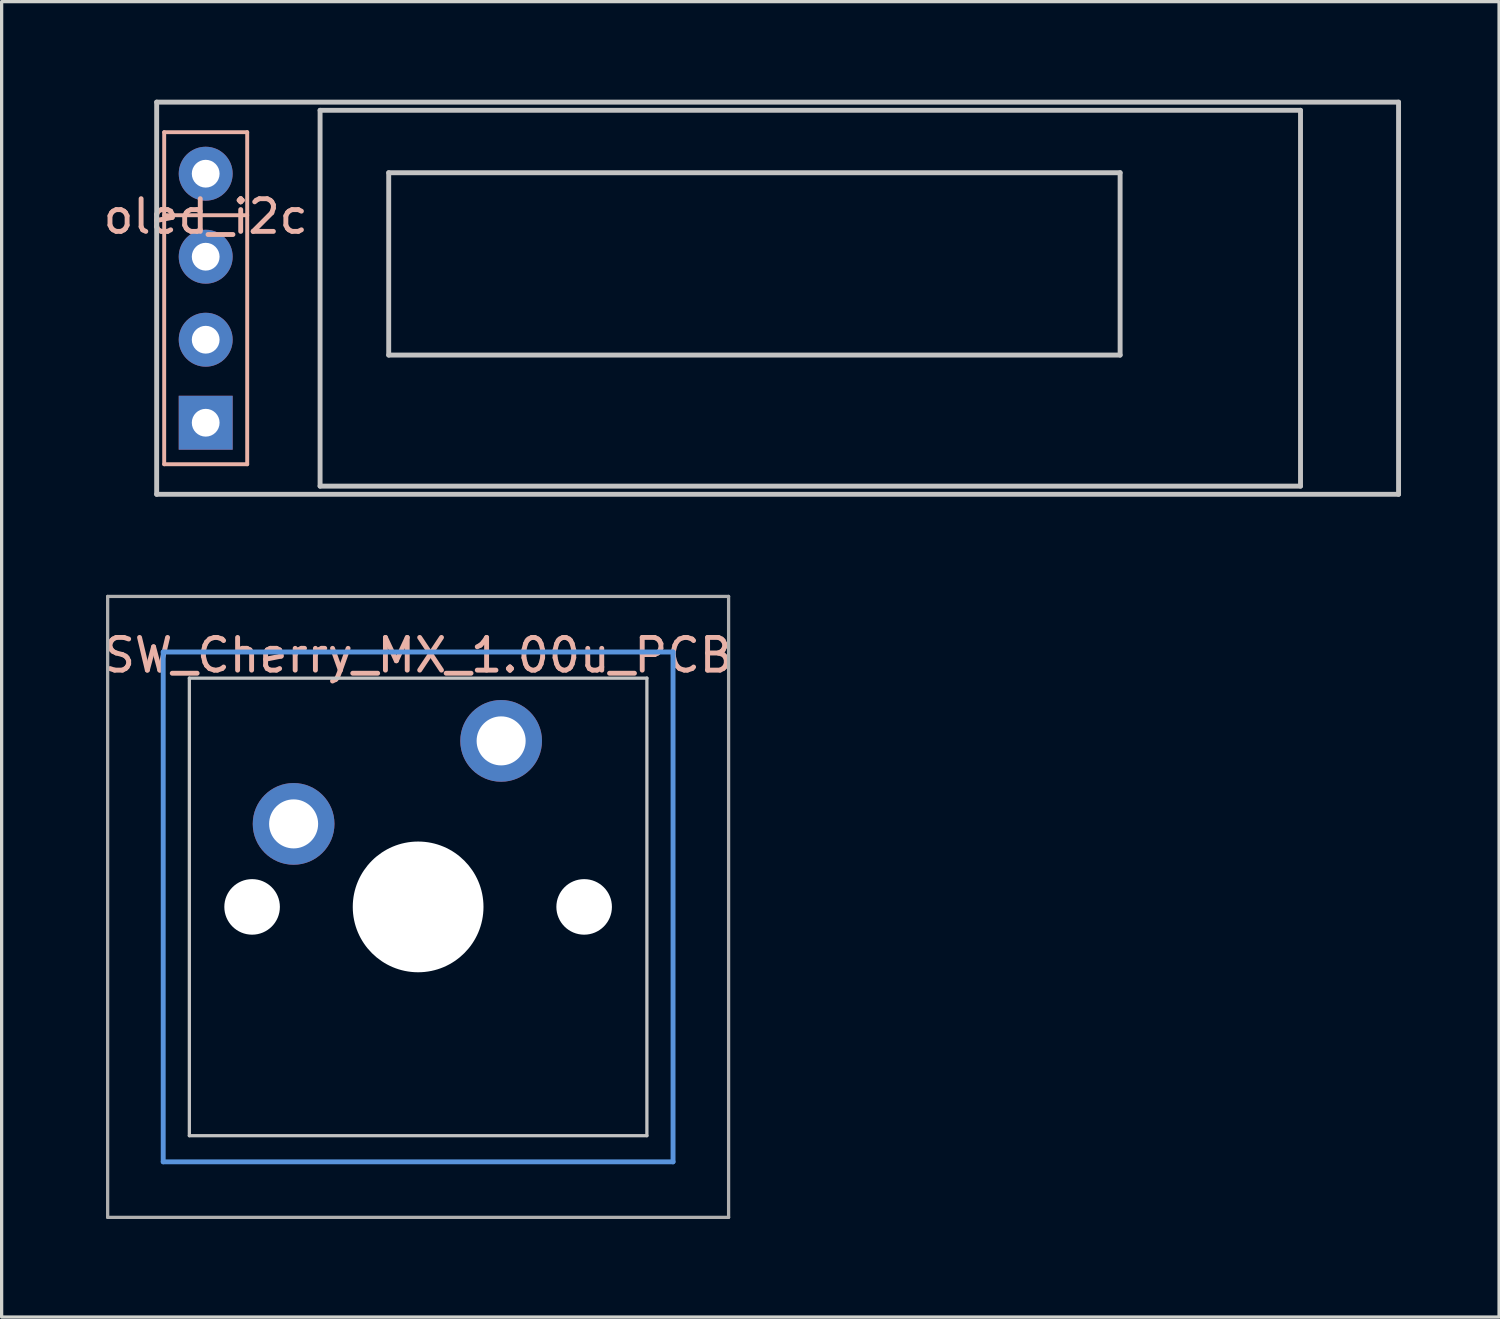
<source format=kicad_pcb>
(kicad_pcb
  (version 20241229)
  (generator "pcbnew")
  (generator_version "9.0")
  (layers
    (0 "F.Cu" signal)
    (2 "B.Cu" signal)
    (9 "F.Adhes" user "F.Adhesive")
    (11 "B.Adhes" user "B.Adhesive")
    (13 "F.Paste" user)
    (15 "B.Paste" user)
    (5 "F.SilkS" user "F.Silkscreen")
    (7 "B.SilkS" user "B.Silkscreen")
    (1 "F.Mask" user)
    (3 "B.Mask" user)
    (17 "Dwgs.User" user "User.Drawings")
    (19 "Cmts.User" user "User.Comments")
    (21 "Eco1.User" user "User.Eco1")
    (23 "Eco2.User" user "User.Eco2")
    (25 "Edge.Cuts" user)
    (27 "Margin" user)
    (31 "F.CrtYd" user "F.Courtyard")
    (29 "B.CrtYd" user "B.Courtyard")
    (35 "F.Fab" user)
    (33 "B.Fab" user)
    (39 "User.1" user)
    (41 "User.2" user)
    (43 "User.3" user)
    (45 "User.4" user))
  (footprint "oled_i2c"
    (layer "F.Cu")
    (at 3.244 6.075)
    (property "Reference" "oled_i2c" (at 0 -2.5 0) (layer "B.SilkS") (effects (font (size 1 1) (thickness 0.15))))
    (attr through_hole)
    (fp_line (start -1.27 -5.08) (end 1.27 -5.08) (stroke (width 0.12) (type solid)) (layer "B.SilkS"))
    (fp_line (start -1.27 -2.54) (end 1.27 -2.54) (stroke (width 0.12) (type solid)) (layer "B.SilkS"))
    (fp_line (start -1.27 5.08) (end -1.27 -5.08) (stroke (width 0.12) (type solid)) (layer "B.SilkS"))
    (fp_line (start -1.27 5.08) (end 1.27 5.08) (stroke (width 0.12) (type solid)) (layer "B.SilkS"))
    (fp_line (start 1.27 -5.08) (end 1.27 5.08) (stroke (width 0.12) (type solid)) (layer "B.SilkS"))
    (fp_line (start -1.5 -6) (end -1.5 6) (stroke (width 0.15) (type solid)) (layer "Dwgs.User"))
    (fp_line (start -1.5 6) (end 36.5 6) (stroke (width 0.15) (type solid)) (layer "Dwgs.User"))
    (fp_line (start 3.5 -5.75) (end 3.5 5.75) (stroke (width 0.15) (type solid)) (layer "Dwgs.User"))
    (fp_line (start 3.5 5.75) (end 33.5 5.75) (stroke (width 0.15) (type solid)) (layer "Dwgs.User"))
    (fp_line (start 5.6 -3.84) (end 5.6 1.74) (stroke (width 0.15) (type solid)) (layer "Dwgs.User"))
    (fp_line (start 5.6 1.74) (end 27.98 1.74) (stroke (width 0.15) (type solid)) (layer "Dwgs.User"))
    (fp_line (start 27.98 -3.84) (end 5.6 -3.84) (stroke (width 0.15) (type solid)) (layer "Dwgs.User"))
    (fp_line (start 27.98 1.74) (end 27.98 -3.84) (stroke (width 0.15) (type solid)) (layer "Dwgs.User"))
    (fp_line (start 33.5 -5.75) (end 3.5 -5.75) (stroke (width 0.15) (type solid)) (layer "Dwgs.User"))
    (fp_line (start 33.5 5.75) (end 33.5 -5.75) (stroke (width 0.15) (type solid)) (layer "Dwgs.User"))
    (fp_line (start 36.5 -6) (end -1.5 -6) (stroke (width 0.15) (type solid)) (layer "Dwgs.User"))
    (fp_line (start 36.5 6) (end 36.5 -6) (stroke (width 0.15) (type solid)) (layer "Dwgs.User"))
    (pad "1" thru_hole circle (at 0 -3.81) (size 1.65 1.65) (drill 0.85) (layers "*.Cu" "*.Mask"))
    (pad "2" thru_hole circle (at 0 -1.27) (size 1.65 1.65) (drill 0.85) (layers "*.Cu" "*.Mask"))
    (pad "3" thru_hole circle (at 0 1.27) (size 1.65 1.65) (drill 0.85) (layers "*.Cu" "*.Mask"))
    (pad "4" thru_hole rect (at 0 3.81) (size 1.65 1.65) (drill 0.85) (layers "*.Cu" "*.Mask")))
  (footprint "SW_Cherry_MX_1.00u_PCB"
    (layer "F.Cu")
    (at 9.744 24.7)
    (property "Reference" "SW_Cherry_MX_1.00u_PCB" (at 0 -7.7 0) (layer "B.SilkS") (effects (font (size 1 1) (thickness 0.15))))
    (attr through_hole)
    (fp_line (start -7 -7) (end 7 -7) (stroke (width 0.1) (type solid)) (layer "Dwgs.User"))
    (fp_line (start -7 7) (end -7 -7) (stroke (width 0.1) (type solid)) (layer "Dwgs.User"))
    (fp_line (start -7 7) (end 7 7) (stroke (width 0.1) (type solid)) (layer "Dwgs.User"))
    (fp_line (start 7 -7) (end 7 7) (stroke (width 0.1) (type solid)) (layer "Dwgs.User"))
    (fp_line (start -7.8 -7.8) (end 7.8 -7.8) (stroke (width 0.15) (type solid)) (layer "Cmts.User"))
    (fp_line (start -7.8 7.8) (end -7.8 -7.8) (stroke (width 0.15) (type solid)) (layer "Cmts.User"))
    (fp_line (start 7.8 -7.8) (end 7.8 7.8) (stroke (width 0.15) (type solid)) (layer "Cmts.User"))
    (fp_line (start 7.8 7.8) (end -7.8 7.8) (stroke (width 0.15) (type solid)) (layer "Cmts.User"))
    (fp_line (start -9.5 -9.5) (end 9.5 -9.5) (stroke (width 0.1) (type solid)) (layer "F.Fab"))
    (fp_line (start -9.5 9.5) (end -9.5 -9.5) (stroke (width 0.1) (type solid)) (layer "F.Fab"))
    (fp_line (start 9.5 -9.5) (end 9.5 9.5) (stroke (width 0.1) (type solid)) (layer "F.Fab"))
    (fp_line (start 9.5 9.5) (end -9.5 9.5) (stroke (width 0.1) (type solid)) (layer "F.Fab"))
    (pad "" np_thru_hole circle (at -5.08 0) (size 1.7 1.7) (drill 1.7) (layers "*.Cu" "*.Mask"))
    (pad "" np_thru_hole circle (at 0 0) (size 4 4) (drill 4) (layers "*.Cu" "*.Mask"))
    (pad "" np_thru_hole circle (at 5.08 0) (size 1.7 1.7) (drill 1.7) (layers "*.Cu" "*.Mask"))
    (pad "1" thru_hole circle (at -3.81 -2.54) (size 2.5 2.5) (drill 1.5) (layers "*.Cu" "*.Mask"))
    (pad "2" thru_hole circle (at 2.54 -5.08) (size 2.5 2.5) (drill 1.5) (layers "*.Cu" "*.Mask")))
  (gr_rect
    (start -3 -3)
    (end 42.819 37.25)
    (stroke (width 0.1) (type default))
    (fill no)
    (layer "Edge.Cuts")))
</source>
